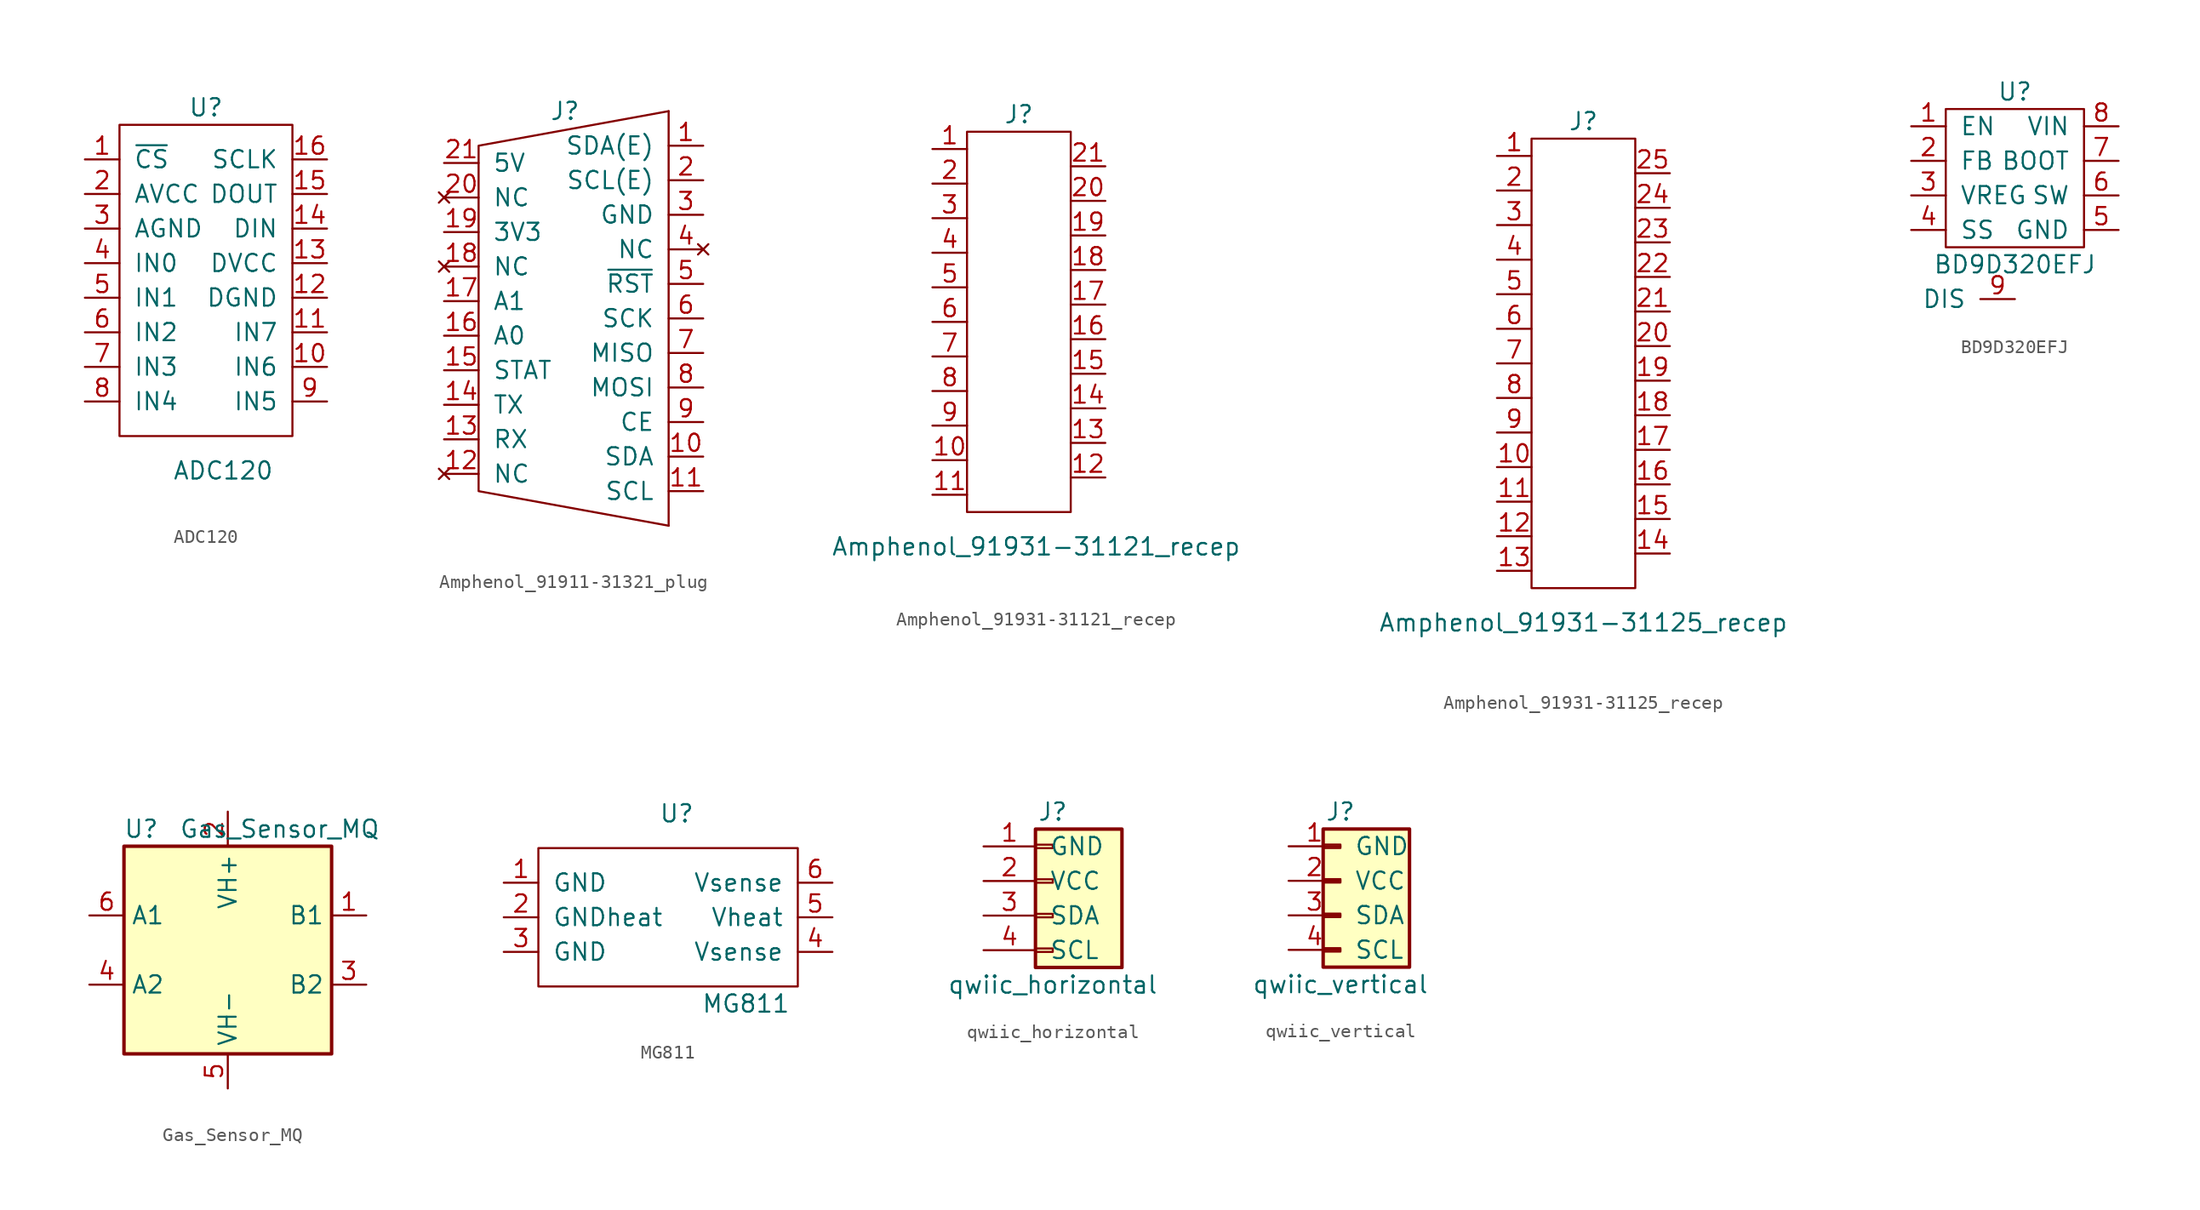
<source format=kicad_sym>
(kicad_symbol_lib
  (version 20211014)
  (generator kicad_symbol_editor)
  (symbol "ADC120"
    (pin_names
      (offset 1.016))
    (property "Reference" "U"
      (at 0 11.43 0)
      (effects (font (size 1.27 1.27))))
    (property "Value" "ADC120"
      (at 1.27 -15.24 0)
      (effects (font (size 1.27 1.27))))
    (symbol "ADC120_0_1"
      (rectangle (start -6.35 10.16) (end 6.35 -12.7) (stroke (width 0) (type default) (color 0 0 0 0)) (fill (type none))))
    (symbol "ADC120_1_1"
      (pin input line (at -8.89 7.62 0) (length 2.54) (name "~{CS}" (effects (font (size 1.27 1.27)))) (number "1" (effects (font (size 1.27 1.27)))))
      (pin input line (at 8.89 -7.62 180) (length 2.54) (name "IN6" (effects (font (size 1.27 1.27)))) (number "10" (effects (font (size 1.27 1.27)))))
      (pin input line (at 8.89 -5.08 180) (length 2.54) (name "IN7" (effects (font (size 1.27 1.27)))) (number "11" (effects (font (size 1.27 1.27)))))
      (pin input line (at 8.89 -2.54 180) (length 2.54) (name "DGND" (effects (font (size 1.27 1.27)))) (number "12" (effects (font (size 1.27 1.27)))))
      (pin input line (at 8.89 0 180) (length 2.54) (name "DVCC" (effects (font (size 1.27 1.27)))) (number "13" (effects (font (size 1.27 1.27)))))
      (pin input line (at 8.89 2.54 180) (length 2.54) (name "DIN" (effects (font (size 1.27 1.27)))) (number "14" (effects (font (size 1.27 1.27)))))
      (pin input line (at 8.89 5.08 180) (length 2.54) (name "DOUT" (effects (font (size 1.27 1.27)))) (number "15" (effects (font (size 1.27 1.27)))))
      (pin input line (at 8.89 7.62 180) (length 2.54) (name "SCLK" (effects (font (size 1.27 1.27)))) (number "16" (effects (font (size 1.27 1.27)))))
      (pin input line (at -8.89 5.08 0) (length 2.54) (name "AVCC" (effects (font (size 1.27 1.27)))) (number "2" (effects (font (size 1.27 1.27)))))
      (pin input line (at -8.89 2.54 0) (length 2.54) (name "AGND" (effects (font (size 1.27 1.27)))) (number "3" (effects (font (size 1.27 1.27)))))
      (pin input line (at -8.89 0 0) (length 2.54) (name "IN0" (effects (font (size 1.27 1.27)))) (number "4" (effects (font (size 1.27 1.27)))))
      (pin input line (at -8.89 -2.54 0) (length 2.54) (name "IN1" (effects (font (size 1.27 1.27)))) (number "5" (effects (font (size 1.27 1.27)))))
      (pin input line (at -8.89 -5.08 0) (length 2.54) (name "IN2" (effects (font (size 1.27 1.27)))) (number "6" (effects (font (size 1.27 1.27)))))
      (pin input line (at -8.89 -7.62 0) (length 2.54) (name "IN3" (effects (font (size 1.27 1.27)))) (number "7" (effects (font (size 1.27 1.27)))))
      (pin input line (at -8.89 -10.16 0) (length 2.54) (name "IN4" (effects (font (size 1.27 1.27)))) (number "8" (effects (font (size 1.27 1.27)))))
      (pin input line (at 8.89 -10.16 180) (length 2.54) (name "IN5" (effects (font (size 1.27 1.27)))) (number "9" (effects (font (size 1.27 1.27)))))))
  (symbol "Amphenol_91911-31321_plug"
    (pin_names
      (offset 1.016))
    (property "Reference" "J"
      (at 0 12.7 0)
      (effects (font (size 1.27 1.27))))
    (symbol "Amphenol_91911-31321_plug_0_1"
      (polyline (pts (xy 7.62 -17.78) (xy 7.62 12.7)) (stroke (width 0) (type default) (color 0 0 0 0)) (fill (type none)))
      (polyline (pts (xy 7.62 12.7) (xy -6.35 10.16) (xy -6.35 -15.24) (xy 7.62 -17.78)) (stroke (width 0) (type default) (color 0 0 0 0)) (fill (type none))))
    (symbol "Amphenol_91911-31321_plug_1_1"
      (pin bidirectional line (at 10.16 10.16 180) (length 2.54) (name "SDA(E)" (effects (font (size 1.27 1.27)))) (number "1" (effects (font (size 1.27 1.27)))))
      (pin bidirectional line (at 10.16 -12.7 180) (length 2.54) (name "SDA" (effects (font (size 1.27 1.27)))) (number "10" (effects (font (size 1.27 1.27)))))
      (pin output line (at 10.16 -15.24 180) (length 2.54) (name "SCL" (effects (font (size 1.27 1.27)))) (number "11" (effects (font (size 1.27 1.27)))))
      (pin no_connect line (at -8.89 -13.97 0) (length 2.54) (name "NC" (effects (font (size 1.27 1.27)))) (number "12" (effects (font (size 1.27 1.27)))))
      (pin input line (at -8.89 -11.43 0) (length 2.54) (name "RX" (effects (font (size 1.27 1.27)))) (number "13" (effects (font (size 1.27 1.27)))))
      (pin output line (at -8.89 -8.89 0) (length 2.54) (name "TX" (effects (font (size 1.27 1.27)))) (number "14" (effects (font (size 1.27 1.27)))))
      (pin input line (at -8.89 -6.35 0) (length 2.54) (name "STAT" (effects (font (size 1.27 1.27)))) (number "15" (effects (font (size 1.27 1.27)))))
      (pin input line (at -8.89 -3.81 0) (length 2.54) (name "A0" (effects (font (size 1.27 1.27)))) (number "16" (effects (font (size 1.27 1.27)))))
      (pin input line (at -8.89 -1.27 0) (length 2.54) (name "A1" (effects (font (size 1.27 1.27)))) (number "17" (effects (font (size 1.27 1.27)))))
      (pin no_connect line (at -8.89 1.27 0) (length 2.54) (name "NC" (effects (font (size 1.27 1.27)))) (number "18" (effects (font (size 1.27 1.27)))))
      (pin power_out line (at -8.89 3.81 0) (length 2.54) (name "3V3" (effects (font (size 1.27 1.27)))) (number "19" (effects (font (size 1.27 1.27)))))
      (pin output line (at 10.16 7.62 180) (length 2.54) (name "SCL(E)" (effects (font (size 1.27 1.27)))) (number "2" (effects (font (size 1.27 1.27)))))
      (pin no_connect line (at -8.89 6.35 0) (length 2.54) (name "NC" (effects (font (size 1.27 1.27)))) (number "20" (effects (font (size 1.27 1.27)))))
      (pin power_out line (at -8.89 8.89 0) (length 2.54) (name "5V" (effects (font (size 1.27 1.27)))) (number "21" (effects (font (size 1.27 1.27)))))
      (pin power_out line (at 10.16 5.08 180) (length 2.54) (name "GND" (effects (font (size 1.27 1.27)))) (number "3" (effects (font (size 1.27 1.27)))))
      (pin no_connect line (at 10.16 2.54 180) (length 2.54) (name "NC" (effects (font (size 1.27 1.27)))) (number "4" (effects (font (size 1.27 1.27)))))
      (pin output line (at 10.16 0 180) (length 2.54) (name "~{RST}" (effects (font (size 1.27 1.27)))) (number "5" (effects (font (size 1.27 1.27)))))
      (pin output line (at 10.16 -2.54 180) (length 2.54) (name "SCK" (effects (font (size 1.27 1.27)))) (number "6" (effects (font (size 1.27 1.27)))))
      (pin input line (at 10.16 -5.08 180) (length 2.54) (name "MISO" (effects (font (size 1.27 1.27)))) (number "7" (effects (font (size 1.27 1.27)))))
      (pin output line (at 10.16 -7.62 180) (length 2.54) (name "MOSI" (effects (font (size 1.27 1.27)))) (number "8" (effects (font (size 1.27 1.27)))))
      (pin output line (at 10.16 -10.16 180) (length 2.54) (name "CE" (effects (font (size 1.27 1.27)))) (number "9" (effects (font (size 1.27 1.27)))))))
  (symbol "Amphenol_91931-31121_recep"
    (pin_names
      (offset 1.016))
    (property "Reference" "J"
      (at 0 12.7 0)
      (effects (font (size 1.27 1.27))))
    (property "Value" "Amphenol_91931-31121_recep"
      (at 1.27 -19.05 0)
      (effects (font (size 1.27 1.27))))
    (symbol "Amphenol_91931-31121_recep_0_1"
      (rectangle (start 3.81 -16.51) (end -3.81 11.43) (stroke (width 0) (type default) (color 0 0 0 0)) (fill (type none))))
    (symbol "Amphenol_91931-31121_recep_1_1"
      (pin passive line (at -6.35 10.16 0) (length 2.54) (name "~" (effects (font (size 1.27 1.27)))) (number "1" (effects (font (size 1.27 1.27)))))
      (pin passive line (at -6.35 -12.7 0) (length 2.54) (name "~" (effects (font (size 1.27 1.27)))) (number "10" (effects (font (size 1.27 1.27)))))
      (pin passive line (at -6.35 -15.24 0) (length 2.54) (name "~" (effects (font (size 1.27 1.27)))) (number "11" (effects (font (size 1.27 1.27)))))
      (pin passive line (at 6.35 -13.97 180) (length 2.54) (name "~" (effects (font (size 1.27 1.27)))) (number "12" (effects (font (size 1.27 1.27)))))
      (pin passive line (at 6.35 -11.43 180) (length 2.54) (name "~" (effects (font (size 1.27 1.27)))) (number "13" (effects (font (size 1.27 1.27)))))
      (pin passive line (at 6.35 -8.89 180) (length 2.54) (name "~" (effects (font (size 1.27 1.27)))) (number "14" (effects (font (size 1.27 1.27)))))
      (pin passive line (at 6.35 -6.35 180) (length 2.54) (name "~" (effects (font (size 1.27 1.27)))) (number "15" (effects (font (size 1.27 1.27)))))
      (pin passive line (at 6.35 -3.81 180) (length 2.54) (name "~" (effects (font (size 1.27 1.27)))) (number "16" (effects (font (size 1.27 1.27)))))
      (pin passive line (at 6.35 -1.27 180) (length 2.54) (name "~" (effects (font (size 1.27 1.27)))) (number "17" (effects (font (size 1.27 1.27)))))
      (pin passive line (at 6.35 1.27 180) (length 2.54) (name "~" (effects (font (size 1.27 1.27)))) (number "18" (effects (font (size 1.27 1.27)))))
      (pin passive line (at 6.35 3.81 180) (length 2.54) (name "~" (effects (font (size 1.27 1.27)))) (number "19" (effects (font (size 1.27 1.27)))))
      (pin passive line (at -6.35 7.62 0) (length 2.54) (name "~" (effects (font (size 1.27 1.27)))) (number "2" (effects (font (size 1.27 1.27)))))
      (pin passive line (at 6.35 6.35 180) (length 2.54) (name "~" (effects (font (size 1.27 1.27)))) (number "20" (effects (font (size 1.27 1.27)))))
      (pin passive line (at 6.35 8.89 180) (length 2.54) (name "~" (effects (font (size 1.27 1.27)))) (number "21" (effects (font (size 1.27 1.27)))))
      (pin passive line (at -6.35 5.08 0) (length 2.54) (name "~" (effects (font (size 1.27 1.27)))) (number "3" (effects (font (size 1.27 1.27)))))
      (pin passive line (at -6.35 2.54 0) (length 2.54) (name "~" (effects (font (size 1.27 1.27)))) (number "4" (effects (font (size 1.27 1.27)))))
      (pin passive line (at -6.35 0 0) (length 2.54) (name "~" (effects (font (size 1.27 1.27)))) (number "5" (effects (font (size 1.27 1.27)))))
      (pin passive line (at -6.35 -2.54 0) (length 2.54) (name "~" (effects (font (size 1.27 1.27)))) (number "6" (effects (font (size 1.27 1.27)))))
      (pin passive line (at -6.35 -5.08 0) (length 2.54) (name "~" (effects (font (size 1.27 1.27)))) (number "7" (effects (font (size 1.27 1.27)))))
      (pin passive line (at -6.35 -7.62 0) (length 2.54) (name "~" (effects (font (size 1.27 1.27)))) (number "8" (effects (font (size 1.27 1.27)))))
      (pin passive line (at -6.35 -10.16 0) (length 2.54) (name "~" (effects (font (size 1.27 1.27)))) (number "9" (effects (font (size 1.27 1.27)))))))
  (symbol "Amphenol_91931-31125_recep"
    (pin_names
      (offset 1.016))
    (property "Reference" "J"
      (at 0 12.7 0)
      (effects (font (size 1.27 1.27))))
    (property "Value" "Amphenol_91931-31125_recep"
      (at 0 -24.13 0)
      (effects (font (size 1.27 1.27))))
    (symbol "Amphenol_91931-31125_recep_0_1"
      (rectangle (start 3.81 -21.59) (end -3.81 11.43) (stroke (width 0) (type default) (color 0 0 0 0)) (fill (type none))))
    (symbol "Amphenol_91931-31125_recep_1_1"
      (pin input line (at -6.35 10.16 0) (length 2.54) (name "~" (effects (font (size 1.27 1.27)))) (number "1" (effects (font (size 1.27 1.27)))))
      (pin input line (at -6.35 -12.7 0) (length 2.54) (name "~" (effects (font (size 1.27 1.27)))) (number "10" (effects (font (size 1.27 1.27)))))
      (pin input line (at -6.35 -15.24 0) (length 2.54) (name "~" (effects (font (size 1.27 1.27)))) (number "11" (effects (font (size 1.27 1.27)))))
      (pin input line (at -6.35 -17.78 0) (length 2.54) (name "~" (effects (font (size 1.27 1.27)))) (number "12" (effects (font (size 1.27 1.27)))))
      (pin input line (at -6.35 -20.32 0) (length 2.54) (name "~" (effects (font (size 1.27 1.27)))) (number "13" (effects (font (size 1.27 1.27)))))
      (pin input line (at 6.35 -19.05 180) (length 2.54) (name "~" (effects (font (size 1.27 1.27)))) (number "14" (effects (font (size 1.27 1.27)))))
      (pin input line (at 6.35 -16.51 180) (length 2.54) (name "~" (effects (font (size 1.27 1.27)))) (number "15" (effects (font (size 1.27 1.27)))))
      (pin input line (at 6.35 -13.97 180) (length 2.54) (name "~" (effects (font (size 1.27 1.27)))) (number "16" (effects (font (size 1.27 1.27)))))
      (pin input line (at 6.35 -11.43 180) (length 2.54) (name "~" (effects (font (size 1.27 1.27)))) (number "17" (effects (font (size 1.27 1.27)))))
      (pin input line (at 6.35 -8.89 180) (length 2.54) (name "~" (effects (font (size 1.27 1.27)))) (number "18" (effects (font (size 1.27 1.27)))))
      (pin input line (at 6.35 -6.35 180) (length 2.54) (name "~" (effects (font (size 1.27 1.27)))) (number "19" (effects (font (size 1.27 1.27)))))
      (pin input line (at -6.35 7.62 0) (length 2.54) (name "~" (effects (font (size 1.27 1.27)))) (number "2" (effects (font (size 1.27 1.27)))))
      (pin input line (at 6.35 -3.81 180) (length 2.54) (name "~" (effects (font (size 1.27 1.27)))) (number "20" (effects (font (size 1.27 1.27)))))
      (pin input line (at 6.35 -1.27 180) (length 2.54) (name "~" (effects (font (size 1.27 1.27)))) (number "21" (effects (font (size 1.27 1.27)))))
      (pin input line (at 6.35 1.27 180) (length 2.54) (name "~" (effects (font (size 1.27 1.27)))) (number "22" (effects (font (size 1.27 1.27)))))
      (pin input line (at 6.35 3.81 180) (length 2.54) (name "~" (effects (font (size 1.27 1.27)))) (number "23" (effects (font (size 1.27 1.27)))))
      (pin input line (at 6.35 6.35 180) (length 2.54) (name "~" (effects (font (size 1.27 1.27)))) (number "24" (effects (font (size 1.27 1.27)))))
      (pin input line (at 6.35 8.89 180) (length 2.54) (name "~" (effects (font (size 1.27 1.27)))) (number "25" (effects (font (size 1.27 1.27)))))
      (pin input line (at -6.35 5.08 0) (length 2.54) (name "~" (effects (font (size 1.27 1.27)))) (number "3" (effects (font (size 1.27 1.27)))))
      (pin input line (at -6.35 2.54 0) (length 2.54) (name "~" (effects (font (size 1.27 1.27)))) (number "4" (effects (font (size 1.27 1.27)))))
      (pin input line (at -6.35 0 0) (length 2.54) (name "~" (effects (font (size 1.27 1.27)))) (number "5" (effects (font (size 1.27 1.27)))))
      (pin input line (at -6.35 -2.54 0) (length 2.54) (name "~" (effects (font (size 1.27 1.27)))) (number "6" (effects (font (size 1.27 1.27)))))
      (pin input line (at -6.35 -5.08 0) (length 2.54) (name "~" (effects (font (size 1.27 1.27)))) (number "7" (effects (font (size 1.27 1.27)))))
      (pin input line (at -6.35 -7.62 0) (length 2.54) (name "~" (effects (font (size 1.27 1.27)))) (number "8" (effects (font (size 1.27 1.27)))))
      (pin input line (at -6.35 -10.16 0) (length 2.54) (name "~" (effects (font (size 1.27 1.27)))) (number "9" (effects (font (size 1.27 1.27)))))))
  (symbol "BD9D320EFJ"
    (pin_names
      (offset 1.016))
    (property "Reference" "U"
      (at 0 6.35 0)
      (effects (font (size 1.27 1.27))))
    (property "Value" "BD9D320EFJ"
      (at 0 -6.35 0)
      (effects (font (size 1.27 1.27))))
    (symbol "BD9D320EFJ_0_1"
      (rectangle (start -5.08 5.08) (end 5.08 -5.08) (stroke (width 0) (type default) (color 0 0 0 0)) (fill (type none))))
    (symbol "BD9D320EFJ_1_1"
      (pin input line (at -7.62 3.81 0) (length 2.54) (name "EN" (effects (font (size 1.27 1.27)))) (number "1" (effects (font (size 1.27 1.27)))))
      (pin input line (at -7.62 1.27 0) (length 2.54) (name "FB" (effects (font (size 1.27 1.27)))) (number "2" (effects (font (size 1.27 1.27)))))
      (pin input line (at -7.62 -1.27 0) (length 2.54) (name "VREG" (effects (font (size 1.27 1.27)))) (number "3" (effects (font (size 1.27 1.27)))))
      (pin input line (at -7.62 -3.81 0) (length 2.54) (name "SS" (effects (font (size 1.27 1.27)))) (number "4" (effects (font (size 1.27 1.27)))))
      (pin input line (at 7.62 -3.81 180) (length 2.54) (name "GND" (effects (font (size 1.27 1.27)))) (number "5" (effects (font (size 1.27 1.27)))))
      (pin input line (at 7.62 -1.27 180) (length 2.54) (name "SW" (effects (font (size 1.27 1.27)))) (number "6" (effects (font (size 1.27 1.27)))))
      (pin input line (at 7.62 1.27 180) (length 2.54) (name "BOOT" (effects (font (size 1.27 1.27)))) (number "7" (effects (font (size 1.27 1.27)))))
      (pin input line (at 7.62 3.81 180) (length 2.54) (name "VIN" (effects (font (size 1.27 1.27)))) (number "8" (effects (font (size 1.27 1.27)))))
      (pin input line (at 0 -8.89 180) (length 2.54) (name "DIS" (effects (font (size 1.27 1.27)))) (number "9" (effects (font (size 1.27 1.27)))))))
  (symbol "Gas_Sensor_MQ"
    (property "Reference" "U"
      (at -6.35 8.89 0)
      (effects (font (size 1.27 1.27))))
    (property "Value" "Gas_Sensor_MQ"
      (at 3.81 8.89 0)
      (effects (font (size 1.27 1.27))))
    (symbol "Gas_Sensor_MQ_0_1"
      (rectangle (start -7.62 7.62) (end 7.62 -7.62) (stroke (width 0.254) (type default) (color 0 0 0 0)) (fill (type background))))
    (symbol "Gas_Sensor_MQ_1_1"
      (pin passive line (at 10.16 2.54 180) (length 2.54) (name "B1" (effects (font (size 1.27 1.27)))) (number "1" (effects (font (size 1.27 1.27)))))
      (pin power_in line (at 0 10.16 270) (length 2.54) (name "VH+" (effects (font (size 1.27 1.27)))) (number "2" (effects (font (size 1.27 1.27)))))
      (pin passive line (at 10.16 -2.54 180) (length 2.54) (name "B2" (effects (font (size 1.27 1.27)))) (number "3" (effects (font (size 1.27 1.27)))))
      (pin passive line (at -10.16 -2.54 0) (length 2.54) (name "A2" (effects (font (size 1.27 1.27)))) (number "4" (effects (font (size 1.27 1.27)))))
      (pin power_in line (at 0 -10.16 90) (length 2.54) (name "VH-" (effects (font (size 1.27 1.27)))) (number "5" (effects (font (size 1.27 1.27)))))
      (pin passive line (at -10.16 2.54 0) (length 2.54) (name "A1" (effects (font (size 1.27 1.27)))) (number "6" (effects (font (size 1.27 1.27)))))))
  (symbol "MG811"
    (pin_names
      (offset 1.016))
    (property "Reference" "U"
      (at 0 13.97 0)
      (effects (font (size 1.27 1.27))))
    (property "Value" "MG811"
      (at 5.08 0 0)
      (effects (font (size 1.27 1.27))))
    (symbol "MG811_0_1"
      (rectangle (start -10.16 11.43) (end 8.89 1.27) (stroke (width 0) (type default) (color 0 0 0 0)) (fill (type none))))
    (symbol "MG811_1_1"
      (pin output line (at -12.7 8.89 0) (length 2.54) (name "GND" (effects (font (size 1.27 1.27)))) (number "1" (effects (font (size 1.27 1.27)))))
      (pin output line (at -12.7 6.35 0) (length 2.54) (name "GNDheat" (effects (font (size 1.27 1.27)))) (number "2" (effects (font (size 1.27 1.27)))))
      (pin output line (at -12.7 3.81 0) (length 2.54) (name "GND" (effects (font (size 1.27 1.27)))) (number "3" (effects (font (size 1.27 1.27)))))
      (pin output line (at 11.43 3.81 180) (length 2.54) (name "Vsense" (effects (font (size 1.27 1.27)))) (number "4" (effects (font (size 1.27 1.27)))))
      (pin output line (at 11.43 6.35 180) (length 2.54) (name "Vheat" (effects (font (size 1.27 1.27)))) (number "5" (effects (font (size 1.27 1.27)))))
      (pin output line (at 11.43 8.89 180) (length 2.54) (name "Vsense" (effects (font (size 1.27 1.27)))) (number "6" (effects (font (size 1.27 1.27)))))))
  (symbol "qwiic_horizontal"
    (pin_names
      (offset 1.016))
    (property "Reference" "J"
      (at 0 5.08 0)
      (effects (font (size 1.27 1.27))))
    (property "Value" "qwiic_horizontal"
      (at 0 -7.62 0)
      (effects (font (size 1.27 1.27))))
    (symbol "qwiic_horizontal_0_1"
      (rectangle (start -1.27 3.81) (end 5.08 -6.35) (stroke (width 0.254) (type default) (color 0 0 0 0)) (fill (type background))))
    (symbol "qwiic_horizontal_1_1"
      (rectangle (start -1.27 -4.953) (end 0 -5.207) (stroke (width 0.152) (type default) (color 0 0 0 0)) (fill (type none)))
      (rectangle (start -1.27 -2.413) (end 0 -2.667) (stroke (width 0.152) (type default) (color 0 0 0 0)) (fill (type none)))
      (rectangle (start -1.27 0.127) (end 0 -0.127) (stroke (width 0.152) (type default) (color 0 0 0 0)) (fill (type none)))
      (rectangle (start -1.27 2.667) (end 0 2.413) (stroke (width 0.152) (type default) (color 0 0 0 0)) (fill (type none)))
      (pin passive line (at -5.08 2.54 0) (length 3.81) (name "GND" (effects (font (size 1.27 1.27)))) (number "1" (effects (font (size 1.27 1.27)))))
      (pin passive line (at -5.08 0 0) (length 3.81) (name "VCC" (effects (font (size 1.27 1.27)))) (number "2" (effects (font (size 1.27 1.27)))))
      (pin passive line (at -5.08 -2.54 0) (length 3.81) (name "SDA" (effects (font (size 1.27 1.27)))) (number "3" (effects (font (size 1.27 1.27)))))
      (pin passive line (at -5.08 -5.08 0) (length 3.81) (name "SCL" (effects (font (size 1.27 1.27)))) (number "4" (effects (font (size 1.27 1.27)))))))
  (symbol "qwiic_vertical"
    (pin_names
      (offset 1.016))
    (property "Reference" "J"
      (at 0 5.08 0)
      (effects (font (size 1.27 1.27))))
    (property "Value" "qwiic_vertical"
      (at 0 -7.62 0)
      (effects (font (size 1.27 1.27))))
    (symbol "qwiic_vertical_0_1"
      (rectangle (start -1.27 3.81) (end 5.08 -6.35) (stroke (width 0.254) (type default) (color 0 0 0 0)) (fill (type background))))
    (symbol "qwiic_vertical_1_1"
      (rectangle (start -1.27 -4.953) (end 0 -5.207) (stroke (width 0.152) (type default) (color 0 0 0 0)) (fill (type none)))
      (rectangle (start -1.27 -2.413) (end 0 -2.667) (stroke (width 0.152) (type default) (color 0 0 0 0)) (fill (type none)))
      (rectangle (start -1.27 0.127) (end 0 -0.127) (stroke (width 0.152) (type default) (color 0 0 0 0)) (fill (type none)))
      (rectangle (start -1.27 2.667) (end 0 2.413) (stroke (width 0.152) (type default) (color 0 0 0 0)) (fill (type none)))
      (pin passive line (at -3.81 2.54 0) (length 3.81) (name "GND" (effects (font (size 1.27 1.27)))) (number "1" (effects (font (size 1.27 1.27)))))
      (pin passive line (at -3.81 0 0) (length 3.81) (name "VCC" (effects (font (size 1.27 1.27)))) (number "2" (effects (font (size 1.27 1.27)))))
      (pin passive line (at -3.81 -2.54 0) (length 3.81) (name "SDA" (effects (font (size 1.27 1.27)))) (number "3" (effects (font (size 1.27 1.27)))))
      (pin passive line (at -3.81 -5.08 0) (length 3.81) (name "SCL" (effects (font (size 1.27 1.27)))) (number "4" (effects (font (size 1.27 1.27))))))))
</source>
